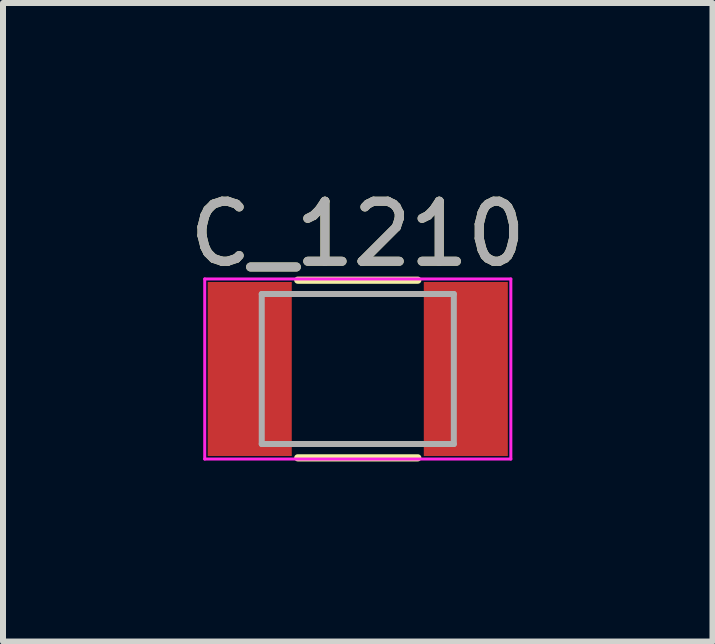
<source format=kicad_pcb>
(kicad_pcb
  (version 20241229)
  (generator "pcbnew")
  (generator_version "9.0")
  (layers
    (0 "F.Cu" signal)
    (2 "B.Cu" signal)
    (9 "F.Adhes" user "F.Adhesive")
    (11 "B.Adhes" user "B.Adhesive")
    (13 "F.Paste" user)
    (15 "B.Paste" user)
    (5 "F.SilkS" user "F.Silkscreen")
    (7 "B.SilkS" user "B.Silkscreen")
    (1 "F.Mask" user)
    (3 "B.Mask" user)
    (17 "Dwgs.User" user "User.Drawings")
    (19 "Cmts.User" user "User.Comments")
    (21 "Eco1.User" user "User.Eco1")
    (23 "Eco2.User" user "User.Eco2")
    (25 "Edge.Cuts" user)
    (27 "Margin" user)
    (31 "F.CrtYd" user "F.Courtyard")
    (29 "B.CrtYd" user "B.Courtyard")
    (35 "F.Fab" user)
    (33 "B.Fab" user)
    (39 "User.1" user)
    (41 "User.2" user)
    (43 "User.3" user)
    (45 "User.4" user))
  (footprint "C_1210"
    (layer "F.Cu")
    (at 2.911 3.098)
    (property "Reference" "C_1210" (at 0 -2.25 0) (layer "F.SilkS") (effects (font (size 1 1) (thickness 0.15))))
    (attr smd)
    (fp_line (start -1 1.48) (end 1 1.48) (stroke (width 0.12) (type solid)) (layer "F.SilkS"))
    (fp_line (start 1 -1.48) (end -1 -1.48) (stroke (width 0.12) (type solid)) (layer "F.SilkS"))
    (fp_line (start -2.55 -1.5) (end -2.55 1.5) (stroke (width 0.05) (type solid)) (layer "F.CrtYd"))
    (fp_line (start -2.55 -1.5) (end 2.55 -1.5) (stroke (width 0.05) (type solid)) (layer "F.CrtYd"))
    (fp_line (start 2.55 1.5) (end -2.55 1.5) (stroke (width 0.05) (type solid)) (layer "F.CrtYd"))
    (fp_line (start 2.55 1.5) (end 2.55 -1.5) (stroke (width 0.05) (type solid)) (layer "F.CrtYd"))
    (fp_line (start -1.6 -1.25) (end 1.6 -1.25) (stroke (width 0.1) (type solid)) (layer "F.Fab"))
    (fp_line (start -1.6 1.25) (end -1.6 -1.25) (stroke (width 0.1) (type solid)) (layer "F.Fab"))
    (fp_line (start 1.6 -1.25) (end 1.6 1.25) (stroke (width 0.1) (type solid)) (layer "F.Fab"))
    (fp_line (start 1.6 1.25) (end -1.6 1.25) (stroke (width 0.1) (type solid)) (layer "F.Fab"))
    (fp_text user "${REFERENCE}" (at 0 -2.25 0) (layer "F.Fab") (effects (font (size 1 1) (thickness 0.15))))
    (pad "1" smd rect (at -1.8 0) (size 1.4 2.9) (layers "F.Cu" "F.Mask" "F.Paste"))
    (pad "2" smd rect (at 1.8 0) (size 1.4 2.9) (layers "F.Cu" "F.Mask" "F.Paste")))
  (gr_rect
    (start -3 -3)
    (end 8.821 7.638)
    (stroke (width 0.1) (type default))
    (fill no)
    (layer "Edge.Cuts")))
</source>
